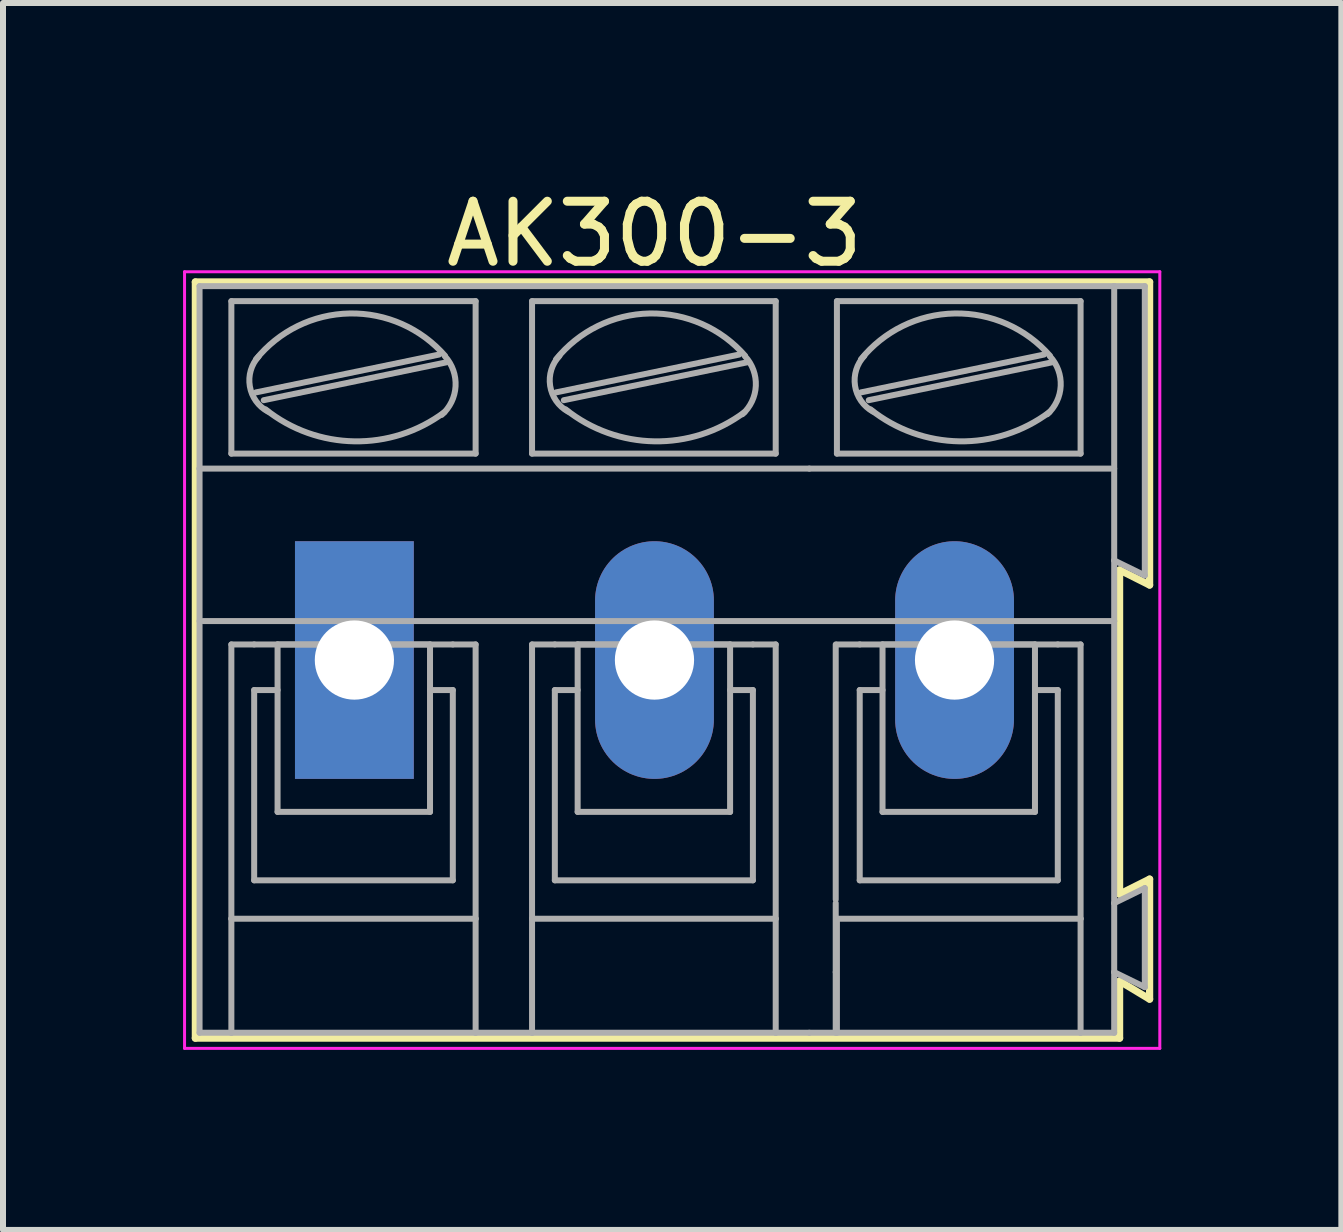
<source format=kicad_pcb>
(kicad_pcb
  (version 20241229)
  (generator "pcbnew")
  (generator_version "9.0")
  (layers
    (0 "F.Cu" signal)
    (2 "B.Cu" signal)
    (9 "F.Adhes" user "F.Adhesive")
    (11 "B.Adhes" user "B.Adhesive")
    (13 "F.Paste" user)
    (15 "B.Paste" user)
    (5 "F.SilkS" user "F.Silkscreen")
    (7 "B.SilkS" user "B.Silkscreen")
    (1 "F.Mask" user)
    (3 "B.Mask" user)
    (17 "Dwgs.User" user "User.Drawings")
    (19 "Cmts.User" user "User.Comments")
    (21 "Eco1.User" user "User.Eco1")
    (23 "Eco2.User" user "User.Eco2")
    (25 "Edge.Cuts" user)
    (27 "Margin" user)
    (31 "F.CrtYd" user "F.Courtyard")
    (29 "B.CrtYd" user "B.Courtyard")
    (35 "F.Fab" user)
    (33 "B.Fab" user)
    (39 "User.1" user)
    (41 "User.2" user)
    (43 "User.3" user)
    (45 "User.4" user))
  (footprint "AK300-3"
    (layer "F.Cu")
    (at 2.855 7.948)
    (property "Reference" "AK300-3" (at 5 -7.1 0) (layer "F.SilkS") (effects (font (size 1 1) (thickness 0.15))))
    (attr through_hole)
    (fp_line (start -2.65 -6.3) (end -2.65 6.3) (stroke (width 0.12) (type solid)) (layer "F.SilkS"))
    (fp_line (start -2.65 6.3) (end 12.75 6.3) (stroke (width 0.12) (type solid)) (layer "F.SilkS"))
    (fp_line (start 12.75 -1.5) (end 13.25 -1.25) (stroke (width 0.12) (type solid)) (layer "F.SilkS"))
    (fp_line (start 12.75 3.9) (end 12.75 -1.5) (stroke (width 0.12) (type solid)) (layer "F.SilkS"))
    (fp_line (start 12.75 5.35) (end 13.25 5.65) (stroke (width 0.12) (type solid)) (layer "F.SilkS"))
    (fp_line (start 12.75 6.3) (end 12.75 5.35) (stroke (width 0.12) (type solid)) (layer "F.SilkS"))
    (fp_line (start 13.25 -6.3) (end -2.65 -6.3) (stroke (width 0.12) (type solid)) (layer "F.SilkS"))
    (fp_line (start 13.25 -1.25) (end 13.25 -6.3) (stroke (width 0.12) (type solid)) (layer "F.SilkS"))
    (fp_line (start 13.25 3.65) (end 12.75 3.9) (stroke (width 0.12) (type solid)) (layer "F.SilkS"))
    (fp_line (start 13.25 5.65) (end 13.25 3.65) (stroke (width 0.12) (type solid)) (layer "F.SilkS"))
    (fp_line (start -2.83 -6.47) (end -2.83 6.47) (stroke (width 0.05) (type solid)) (layer "F.CrtYd"))
    (fp_line (start -2.83 6.47) (end 13.42 6.47) (stroke (width 0.05) (type solid)) (layer "F.CrtYd"))
    (fp_line (start 13.42 -6.47) (end -2.83 -6.47) (stroke (width 0.05) (type solid)) (layer "F.CrtYd"))
    (fp_line (start 13.42 6.47) (end 13.42 -6.47) (stroke (width 0.05) (type solid)) (layer "F.CrtYd"))
    (fp_line (start -2.58 -6.23) (end 12.66 -6.23) (stroke (width 0.1) (type solid)) (layer "F.Fab"))
    (fp_line (start -2.58 -3.19) (end -2.58 -6.23) (stroke (width 0.1) (type solid)) (layer "F.Fab"))
    (fp_line (start -2.58 -3.19) (end 7.58 -3.19) (stroke (width 0.1) (type solid)) (layer "F.Fab"))
    (fp_line (start -2.58 -0.65) (end -2.58 -3.19) (stroke (width 0.1) (type solid)) (layer "F.Fab"))
    (fp_line (start -2.58 6.21) (end -2.58 -0.65) (stroke (width 0.1) (type solid)) (layer "F.Fab"))
    (fp_line (start -2.58 6.21) (end -2.05 6.21) (stroke (width 0.1) (type solid)) (layer "F.Fab"))
    (fp_line (start -2.05 -3.44) (end -2.05 -5.98) (stroke (width 0.1) (type solid)) (layer "F.Fab"))
    (fp_line (start -2.05 -0.26) (end -2.05 4.31) (stroke (width 0.1) (type solid)) (layer "F.Fab"))
    (fp_line (start -2.05 -0.26) (end -1.67 -0.26) (stroke (width 0.1) (type solid)) (layer "F.Fab"))
    (fp_line (start -2.05 4.31) (end -2.05 6.21) (stroke (width 0.1) (type solid)) (layer "F.Fab"))
    (fp_line (start -2.05 6.21) (end 2.02 6.21) (stroke (width 0.1) (type solid)) (layer "F.Fab"))
    (fp_line (start -1.67 0.5) (end -1.28 0.5) (stroke (width 0.1) (type solid)) (layer "F.Fab"))
    (fp_line (start -1.67 3.67) (end -1.67 0.5) (stroke (width 0.1) (type solid)) (layer "F.Fab"))
    (fp_line (start -1.64 -4.46) (end 1.41 -5.09) (stroke (width 0.1) (type solid)) (layer "F.Fab"))
    (fp_line (start -1.51 -4.33) (end 1.53 -4.96) (stroke (width 0.1) (type solid)) (layer "F.Fab"))
    (fp_line (start -1.28 -0.26) (end 1.26 -0.26) (stroke (width 0.1) (type solid)) (layer "F.Fab"))
    (fp_line (start -1.28 2.53) (end -1.28 -0.26) (stroke (width 0.1) (type solid)) (layer "F.Fab"))
    (fp_line (start -1.28 2.53) (end 1.26 2.53) (stroke (width 0.1) (type solid)) (layer "F.Fab"))
    (fp_line (start 1.26 2.53) (end 1.26 -0.26) (stroke (width 0.1) (type solid)) (layer "F.Fab"))
    (fp_line (start 1.64 -0.26) (end -1.67 -0.26) (stroke (width 0.1) (type solid)) (layer "F.Fab"))
    (fp_line (start 1.64 0.5) (end 1.26 0.5) (stroke (width 0.1) (type solid)) (layer "F.Fab"))
    (fp_line (start 1.64 3.67) (end -1.67 3.67) (stroke (width 0.1) (type solid)) (layer "F.Fab"))
    (fp_line (start 1.64 3.67) (end 1.64 0.5) (stroke (width 0.1) (type solid)) (layer "F.Fab"))
    (fp_line (start 2.02 -5.98) (end -2.05 -5.98) (stroke (width 0.1) (type solid)) (layer "F.Fab"))
    (fp_line (start 2.02 -3.44) (end -2.05 -3.44) (stroke (width 0.1) (type solid)) (layer "F.Fab"))
    (fp_line (start 2.02 -3.44) (end 2.02 -5.98) (stroke (width 0.1) (type solid)) (layer "F.Fab"))
    (fp_line (start 2.02 -0.26) (end 1.64 -0.26) (stroke (width 0.1) (type solid)) (layer "F.Fab"))
    (fp_line (start 2.02 4.31) (end -2.05 4.31) (stroke (width 0.1) (type solid)) (layer "F.Fab"))
    (fp_line (start 2.02 4.31) (end 2.02 -0.26) (stroke (width 0.1) (type solid)) (layer "F.Fab"))
    (fp_line (start 2.02 6.21) (end 2.02 4.31) (stroke (width 0.1) (type solid)) (layer "F.Fab"))
    (fp_line (start 2.02 6.21) (end 2.96 6.21) (stroke (width 0.1) (type solid)) (layer "F.Fab"))
    (fp_line (start 2.96 -5.98) (end 7.02 -5.98) (stroke (width 0.1) (type solid)) (layer "F.Fab"))
    (fp_line (start 2.96 -3.44) (end 2.96 -5.98) (stroke (width 0.1) (type solid)) (layer "F.Fab"))
    (fp_line (start 2.96 -0.26) (end 3.34 -0.26) (stroke (width 0.1) (type solid)) (layer "F.Fab"))
    (fp_line (start 2.96 4.31) (end 2.96 -0.26) (stroke (width 0.1) (type solid)) (layer "F.Fab"))
    (fp_line (start 2.96 4.31) (end 7.02 4.31) (stroke (width 0.1) (type solid)) (layer "F.Fab"))
    (fp_line (start 2.96 6.21) (end 2.96 4.31) (stroke (width 0.1) (type solid)) (layer "F.Fab"))
    (fp_line (start 2.96 6.21) (end 7.02 6.21) (stroke (width 0.1) (type solid)) (layer "F.Fab"))
    (fp_line (start 3.34 -0.26) (end 6.64 -0.26) (stroke (width 0.1) (type solid)) (layer "F.Fab"))
    (fp_line (start 3.34 0.5) (end 3.72 0.5) (stroke (width 0.1) (type solid)) (layer "F.Fab"))
    (fp_line (start 3.34 3.67) (end 3.34 0.5) (stroke (width 0.1) (type solid)) (layer "F.Fab"))
    (fp_line (start 3.36 -4.46) (end 6.41 -5.09) (stroke (width 0.1) (type solid)) (layer "F.Fab"))
    (fp_line (start 3.49 -4.33) (end 6.54 -4.96) (stroke (width 0.1) (type solid)) (layer "F.Fab"))
    (fp_line (start 3.72 -0.26) (end 6.26 -0.26) (stroke (width 0.1) (type solid)) (layer "F.Fab"))
    (fp_line (start 3.72 2.53) (end 3.72 -0.26) (stroke (width 0.1) (type solid)) (layer "F.Fab"))
    (fp_line (start 3.72 2.53) (end 6.26 2.53) (stroke (width 0.1) (type solid)) (layer "F.Fab"))
    (fp_line (start 6.26 2.53) (end 6.26 -0.26) (stroke (width 0.1) (type solid)) (layer "F.Fab"))
    (fp_line (start 6.64 0.5) (end 6.26 0.5) (stroke (width 0.1) (type solid)) (layer "F.Fab"))
    (fp_line (start 6.64 3.67) (end 3.34 3.67) (stroke (width 0.1) (type solid)) (layer "F.Fab"))
    (fp_line (start 6.64 3.67) (end 6.64 0.5) (stroke (width 0.1) (type solid)) (layer "F.Fab"))
    (fp_line (start 7.02 -5.98) (end 7.02 -3.44) (stroke (width 0.1) (type solid)) (layer "F.Fab"))
    (fp_line (start 7.02 -3.44) (end 2.96 -3.44) (stroke (width 0.1) (type solid)) (layer "F.Fab"))
    (fp_line (start 7.02 -0.26) (end 6.64 -0.26) (stroke (width 0.1) (type solid)) (layer "F.Fab"))
    (fp_line (start 7.02 -0.26) (end 7.02 4.31) (stroke (width 0.1) (type solid)) (layer "F.Fab"))
    (fp_line (start 7.02 4.31) (end 7.02 6.21) (stroke (width 0.1) (type solid)) (layer "F.Fab"))
    (fp_line (start 7.02 6.21) (end 7.58 6.21) (stroke (width 0.1) (type solid)) (layer "F.Fab"))
    (fp_line (start 7.58 -3.19) (end 12.6 -3.19) (stroke (width 0.1) (type solid)) (layer "F.Fab"))
    (fp_line (start 8.02 3.99) (end 8.02 -0.26) (stroke (width 0.1) (type solid)) (layer "F.Fab"))
    (fp_line (start 8.02 4.05) (end 8.02 5.2) (stroke (width 0.1) (type solid)) (layer "F.Fab"))
    (fp_line (start 8.02 5.2) (end 8.02 6.21) (stroke (width 0.1) (type solid)) (layer "F.Fab"))
    (fp_line (start 8.04 -5.98) (end 12.1 -5.98) (stroke (width 0.1) (type solid)) (layer "F.Fab"))
    (fp_line (start 8.04 -3.44) (end 8.04 -5.98) (stroke (width 0.1) (type solid)) (layer "F.Fab"))
    (fp_line (start 8.04 -0.26) (end 8.42 -0.26) (stroke (width 0.1) (type solid)) (layer "F.Fab"))
    (fp_line (start 8.04 4.31) (end 12.1 4.31) (stroke (width 0.1) (type solid)) (layer "F.Fab"))
    (fp_line (start 8.04 6.21) (end 8.04 4.31) (stroke (width 0.1) (type solid)) (layer "F.Fab"))
    (fp_line (start 8.42 -0.26) (end 11.72 -0.26) (stroke (width 0.1) (type solid)) (layer "F.Fab"))
    (fp_line (start 8.42 0.5) (end 8.8 0.5) (stroke (width 0.1) (type solid)) (layer "F.Fab"))
    (fp_line (start 8.42 3.67) (end 8.42 0.5) (stroke (width 0.1) (type solid)) (layer "F.Fab"))
    (fp_line (start 8.44 -4.46) (end 11.49 -5.09) (stroke (width 0.1) (type solid)) (layer "F.Fab"))
    (fp_line (start 8.57 -4.33) (end 11.62 -4.96) (stroke (width 0.1) (type solid)) (layer "F.Fab"))
    (fp_line (start 8.8 -0.26) (end 11.34 -0.26) (stroke (width 0.1) (type solid)) (layer "F.Fab"))
    (fp_line (start 8.8 2.53) (end 8.8 -0.26) (stroke (width 0.1) (type solid)) (layer "F.Fab"))
    (fp_line (start 8.8 2.53) (end 11.34 2.53) (stroke (width 0.1) (type solid)) (layer "F.Fab"))
    (fp_line (start 11.34 2.53) (end 11.34 -0.26) (stroke (width 0.1) (type solid)) (layer "F.Fab"))
    (fp_line (start 11.72 0.5) (end 11.34 0.5) (stroke (width 0.1) (type solid)) (layer "F.Fab"))
    (fp_line (start 11.72 3.67) (end 8.42 3.67) (stroke (width 0.1) (type solid)) (layer "F.Fab"))
    (fp_line (start 11.72 3.67) (end 11.72 0.5) (stroke (width 0.1) (type solid)) (layer "F.Fab"))
    (fp_line (start 12.09 6.21) (end 7.58 6.21) (stroke (width 0.1) (type solid)) (layer "F.Fab"))
    (fp_line (start 12.1 -5.98) (end 12.1 -3.44) (stroke (width 0.1) (type solid)) (layer "F.Fab"))
    (fp_line (start 12.1 -3.44) (end 8.04 -3.44) (stroke (width 0.1) (type solid)) (layer "F.Fab"))
    (fp_line (start 12.1 -0.26) (end 11.72 -0.26) (stroke (width 0.1) (type solid)) (layer "F.Fab"))
    (fp_line (start 12.1 -0.26) (end 12.1 4.31) (stroke (width 0.1) (type solid)) (layer "F.Fab"))
    (fp_line (start 12.1 4.31) (end 12.1 6.21) (stroke (width 0.1) (type solid)) (layer "F.Fab"))
    (fp_line (start 12.1 6.21) (end 12.66 6.21) (stroke (width 0.1) (type solid)) (layer "F.Fab"))
    (fp_line (start 12.66 -6.23) (end 12.66 -3.19) (stroke (width 0.1) (type solid)) (layer "F.Fab"))
    (fp_line (start 12.66 -6.23) (end 13.17 -6.23) (stroke (width 0.1) (type solid)) (layer "F.Fab"))
    (fp_line (start 12.66 -3.19) (end 12.66 -1.66) (stroke (width 0.1) (type solid)) (layer "F.Fab"))
    (fp_line (start 12.66 -1.66) (end 12.66 -0.65) (stroke (width 0.1) (type solid)) (layer "F.Fab"))
    (fp_line (start 12.66 -0.65) (end -2.52 -0.65) (stroke (width 0.1) (type solid)) (layer "F.Fab"))
    (fp_line (start 12.66 -0.65) (end 12.66 4.05) (stroke (width 0.1) (type solid)) (layer "F.Fab"))
    (fp_line (start 12.66 4.05) (end 12.66 5.2) (stroke (width 0.1) (type solid)) (layer "F.Fab"))
    (fp_line (start 12.66 5.2) (end 12.66 6.21) (stroke (width 0.1) (type solid)) (layer "F.Fab"))
    (fp_line (start 13.17 -6.23) (end 13.17 -1.41) (stroke (width 0.1) (type solid)) (layer "F.Fab"))
    (fp_line (start 13.17 -1.41) (end 12.66 -1.66) (stroke (width 0.1) (type solid)) (layer "F.Fab"))
    (fp_line (start 13.17 3.8) (end 12.66 4.05) (stroke (width 0.1) (type solid)) (layer "F.Fab"))
    (fp_line (start 13.17 3.8) (end 13.17 5.45) (stroke (width 0.1) (type solid)) (layer "F.Fab"))
    (fp_line (start 13.17 5.45) (end 12.66 5.2) (stroke (width 0.1) (type solid)) (layer "F.Fab"))
    (fp_arc (start -1.64 -5.01) (mid -0.080263 -5.774867) (end 1.508239 -5.071686) (stroke (width 0.1) (type solid)) (layer "F.Fab"))
    (fp_arc (start -1.44 -4.14) (mid -1.742324 -4.561515) (end -1.595426 -5.059005) (stroke (width 0.1) (type solid)) (layer "F.Fab"))
    (fp_arc (start 1.5 -4.13) (mid 0.000583 -3.644318) (end -1.482333 -4.178263) (stroke (width 0.1) (type solid)) (layer "F.Fab"))
    (fp_arc (start 1.51 -5.06) (mid 1.685733 -4.561652) (end 1.455532 -4.086005) (stroke (width 0.1) (type solid)) (layer "F.Fab"))
    (fp_arc (start 3.36 -5.01) (mid 4.919737 -5.774867) (end 6.508239 -5.071686) (stroke (width 0.1) (type solid)) (layer "F.Fab"))
    (fp_arc (start 3.56 -4.14) (mid 3.261534 -4.569406) (end 3.417028 -5.068699) (stroke (width 0.1) (type solid)) (layer "F.Fab"))
    (fp_arc (start 6.5 -4.13) (mid 5.000583 -3.644318) (end 3.517667 -4.178263) (stroke (width 0.1) (type solid)) (layer "F.Fab"))
    (fp_arc (start 6.51 -5.06) (mid 6.688693 -4.568754) (end 6.465619 -4.096005) (stroke (width 0.1) (type solid)) (layer "F.Fab"))
    (fp_arc (start 8.44 -5.01) (mid 9.999737 -5.774867) (end 11.588239 -5.071686) (stroke (width 0.1) (type solid)) (layer "F.Fab"))
    (fp_arc (start 8.64 -4.14) (mid 8.341534 -4.569406) (end 8.497028 -5.068699) (stroke (width 0.1) (type solid)) (layer "F.Fab"))
    (fp_arc (start 11.58 -4.13) (mid 10.080583 -3.644318) (end 8.597667 -4.178263) (stroke (width 0.1) (type solid)) (layer "F.Fab"))
    (fp_arc (start 11.59 -5.06) (mid 11.768693 -4.568754) (end 11.545619 -4.096005) (stroke (width 0.1) (type solid)) (layer "F.Fab"))
    (pad "1" thru_hole rect (at 0 0) (size 1.98 3.96) (drill 1.32) (layers "*.Cu" "F.Mask" "F.Paste"))
    (pad "2" thru_hole oval (at 5 0) (size 1.98 3.96) (drill 1.32) (layers "*.Cu" "F.Mask" "F.Paste"))
    (pad "3" thru_hole oval (at 10 0) (size 1.98 3.96) (drill 1.32) (layers "*.Cu" "F.Mask" "F.Paste")))
  (gr_rect
    (start -3 -3)
    (end 19.3 17.443)
    (stroke (width 0.1) (type default))
    (fill no)
    (layer "Edge.Cuts")))
</source>
